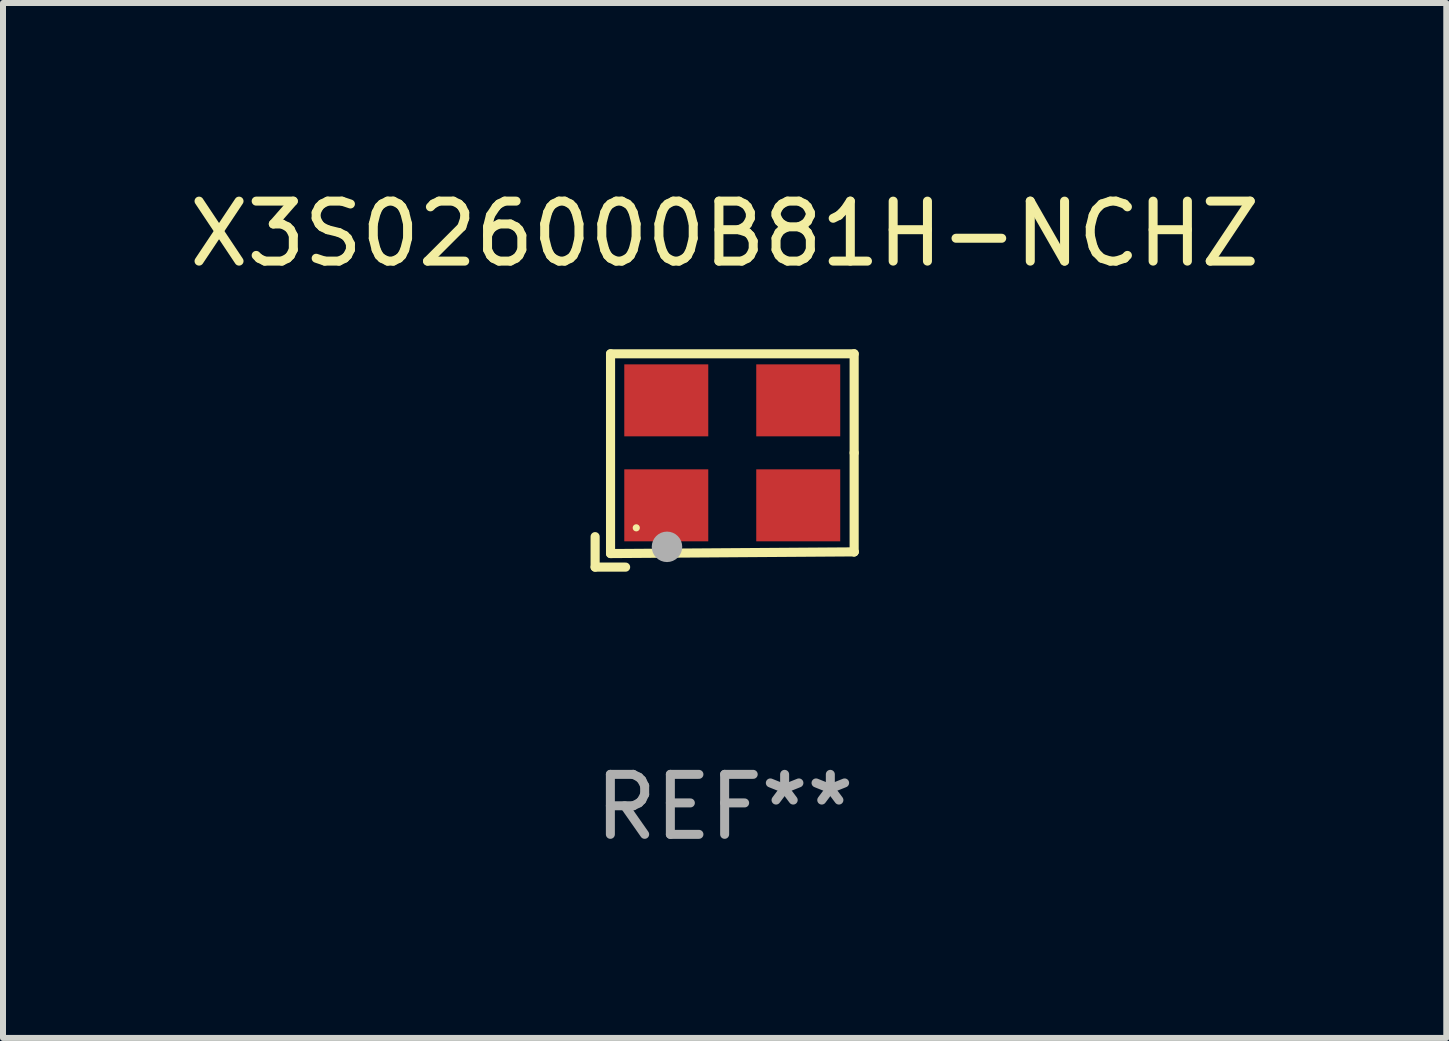
<source format=kicad_pcb>
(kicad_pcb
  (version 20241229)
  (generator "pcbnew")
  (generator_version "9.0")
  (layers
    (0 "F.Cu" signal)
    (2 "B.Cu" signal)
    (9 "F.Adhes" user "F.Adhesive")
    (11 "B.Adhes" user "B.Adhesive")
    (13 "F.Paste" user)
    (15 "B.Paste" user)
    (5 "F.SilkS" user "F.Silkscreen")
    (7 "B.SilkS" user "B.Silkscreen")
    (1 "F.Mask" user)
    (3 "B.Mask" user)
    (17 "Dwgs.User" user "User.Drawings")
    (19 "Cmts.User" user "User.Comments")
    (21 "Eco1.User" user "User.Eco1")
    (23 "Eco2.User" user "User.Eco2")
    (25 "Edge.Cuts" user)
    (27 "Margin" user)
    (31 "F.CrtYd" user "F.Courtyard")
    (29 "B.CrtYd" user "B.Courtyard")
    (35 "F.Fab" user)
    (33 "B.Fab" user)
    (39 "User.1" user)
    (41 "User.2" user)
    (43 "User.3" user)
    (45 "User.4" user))
  (footprint "X3S026000B81H-NCHZ"
    (layer "F.Cu")
    (at 9.03 4.626)
    (property "Reference" "X3S026000B81H-NCHZ" (at 0 -3.778 0) (layer "F.SilkS") (effects (font (size 1 1) (thickness 0.15))))
    (attr through_hole)
    (fp_line (start -2.159 1.27) (end -2.159 1.778) (stroke (width 0.152) (type solid)) (layer "F.SilkS"))
    (fp_line (start -2.159 1.778) (end -1.651 1.778) (stroke (width 0.152) (type solid)) (layer "F.SilkS"))
    (fp_line (start -1.902 -1.778) (end 2.159 -1.778) (stroke (width 0.152) (type solid)) (layer "F.SilkS"))
    (fp_line (start -1.902 1.552) (end -1.902 -1.778) (stroke (width 0.152) (type solid)) (layer "F.SilkS"))
    (fp_line (start 2.159 -1.778) (end 2.159 -0.127) (stroke (width 0.152) (type solid)) (layer "F.SilkS"))
    (fp_line (start 2.159 -0.127) (end 2.159 1.524) (stroke (width 0.152) (type solid)) (layer "F.SilkS"))
    (fp_line (start 2.159 1.524) (end -1.902 1.552) (stroke (width 0.152) (type solid)) (layer "F.SilkS"))
    (fp_line (start 2.159 1.524) (end 2.159 1.524) (stroke (width 0.152) (type solid)) (layer "F.SilkS"))
    (fp_circle (center -1.473 1.123) (end -1.443 1.123) (stroke (width 0.06) (type solid)) (fill no) (layer "F.SilkS"))
    (fp_circle (center -0.961 1.44) (end -0.834 1.44) (stroke (width 0.254) (type solid)) (fill no) (layer "F.Fab"))
    (fp_text user "REF**" (at 0 5.778 0) (layer "F.Fab") (effects (font (size 1 1) (thickness 0.15))))
    (pad "1" smd rect (at -0.973 0.748) (size 1.4 1.2) (layers "F.Cu" "F.Mask" "F.Paste"))
    (pad "2" smd rect (at 1.227 0.748) (size 1.4 1.2) (layers "F.Cu" "F.Mask" "F.Paste"))
    (pad "3" smd rect (at 1.227 -1.002) (size 1.4 1.2) (layers "F.Cu" "F.Mask" "F.Paste"))
    (pad "4" smd rect (at -0.973 -1.002) (size 1.4 1.2) (layers "F.Cu" "F.Mask" "F.Paste")))
  (gr_rect
    (start -3 -3)
    (end 21.06 14.253)
    (stroke (width 0.1) (type default))
    (fill no)
    (layer "Edge.Cuts")))
</source>
